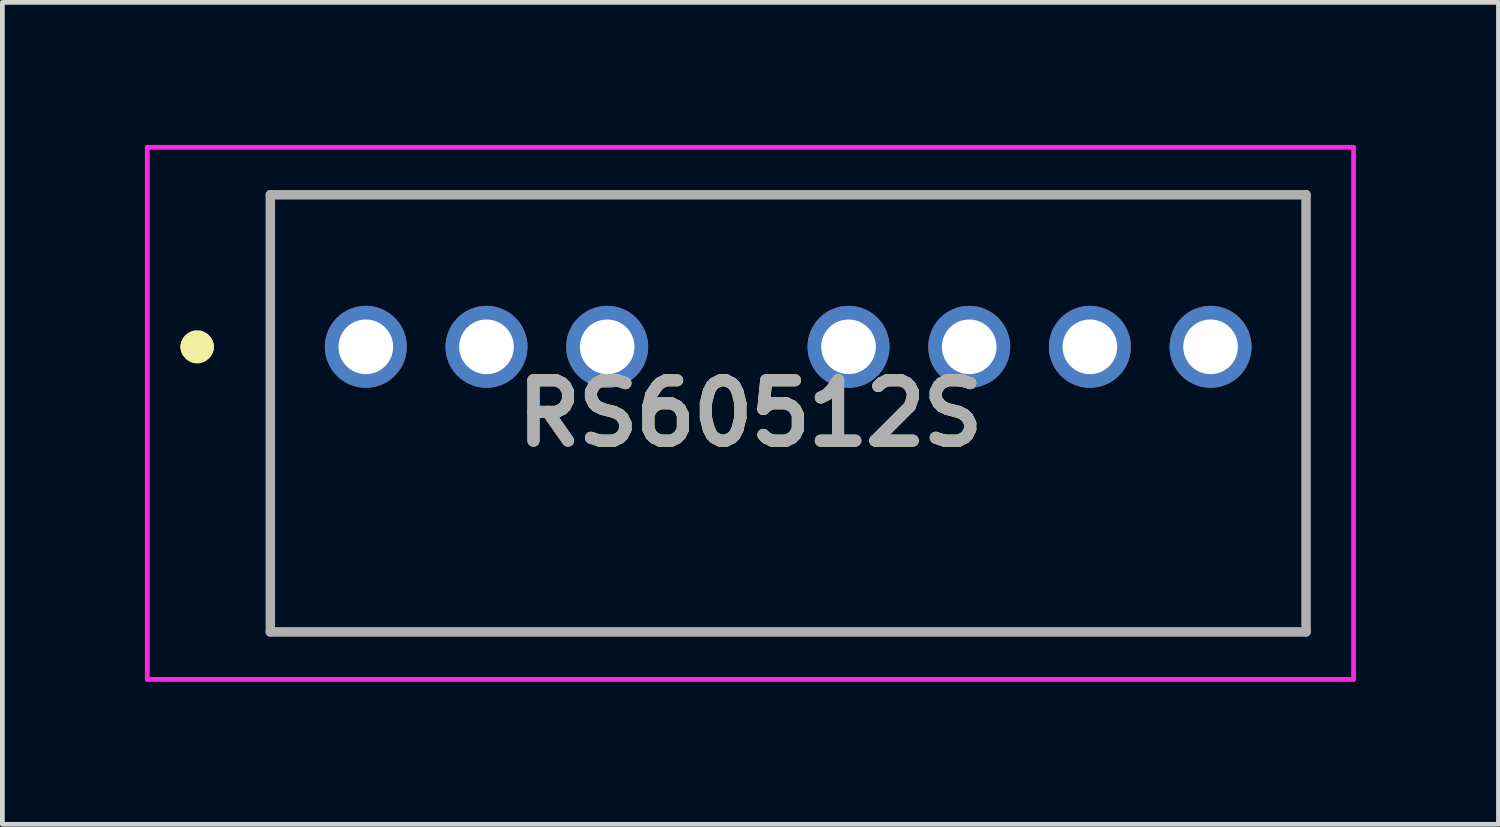
<source format=kicad_pcb>
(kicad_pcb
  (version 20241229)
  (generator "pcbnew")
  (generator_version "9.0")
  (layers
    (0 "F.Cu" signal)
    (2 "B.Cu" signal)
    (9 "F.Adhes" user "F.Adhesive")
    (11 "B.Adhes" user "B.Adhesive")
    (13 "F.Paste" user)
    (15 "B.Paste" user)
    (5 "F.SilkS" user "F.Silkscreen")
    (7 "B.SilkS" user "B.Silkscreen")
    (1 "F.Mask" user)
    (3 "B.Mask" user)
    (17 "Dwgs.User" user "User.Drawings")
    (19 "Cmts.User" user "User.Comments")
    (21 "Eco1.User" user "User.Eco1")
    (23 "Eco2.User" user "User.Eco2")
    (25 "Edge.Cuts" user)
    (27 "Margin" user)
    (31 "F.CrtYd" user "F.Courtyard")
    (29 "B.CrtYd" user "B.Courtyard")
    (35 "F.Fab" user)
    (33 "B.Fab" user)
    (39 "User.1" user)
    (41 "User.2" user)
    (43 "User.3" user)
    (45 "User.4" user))
  (footprint "RS60512S"
    (layer "F.Cu")
    (at 4.65 4.25)
    (property "Reference" "RS60512S" (at 8.095 1.4 0) (layer "F.SilkS") (effects (font (size 1.27 1.27) (thickness 0.254))))
    (attr through_hole)
    (fp_line (start -3.6 0) (end -3.6 0) (stroke (width 0.6) (type solid)) (layer "F.SilkS"))
    (fp_line (start -3.5 0) (end -3.5 0) (stroke (width 0.6) (type solid)) (layer "F.SilkS"))
    (fp_line (start -2.01 -3.2) (end 19.79 -3.2) (stroke (width 0.1) (type solid)) (layer "F.SilkS"))
    (fp_line (start -2.01 6) (end -2.01 -3.2) (stroke (width 0.1) (type solid)) (layer "F.SilkS"))
    (fp_line (start 19.79 -3.2) (end 19.79 6) (stroke (width 0.1) (type solid)) (layer "F.SilkS"))
    (fp_line (start 19.79 6) (end -2.01 6) (stroke (width 0.1) (type solid)) (layer "F.SilkS"))
    (fp_arc (start -3.6 0) (mid -3.55 -0.05) (end -3.5 0) (stroke (width 0.6) (type solid)) (layer "F.SilkS"))
    (fp_arc (start -3.5 0) (mid -3.55 0.05) (end -3.6 0) (stroke (width 0.6) (type solid)) (layer "F.SilkS"))
    (fp_line (start -4.6 -4.2) (end 20.79 -4.2) (stroke (width 0.1) (type solid)) (layer "F.CrtYd"))
    (fp_line (start -4.6 7) (end -4.6 -4.2) (stroke (width 0.1) (type solid)) (layer "F.CrtYd"))
    (fp_line (start 20.79 -4.2) (end 20.79 7) (stroke (width 0.1) (type solid)) (layer "F.CrtYd"))
    (fp_line (start 20.79 7) (end -4.6 7) (stroke (width 0.1) (type solid)) (layer "F.CrtYd"))
    (fp_line (start -2.01 -3.2) (end 19.79 -3.2) (stroke (width 0.2) (type solid)) (layer "F.Fab"))
    (fp_line (start -2.01 6) (end -2.01 -3.2) (stroke (width 0.2) (type solid)) (layer "F.Fab"))
    (fp_line (start 19.79 -3.2) (end 19.79 6) (stroke (width 0.2) (type solid)) (layer "F.Fab"))
    (fp_line (start 19.79 6) (end -2.01 6) (stroke (width 0.2) (type solid)) (layer "F.Fab"))
    (fp_text user "${REFERENCE}" (at 8.095 1.4 0) (layer "F.Fab") (effects (font (size 1.27 1.27) (thickness 0.254))))
    (pad "1" thru_hole circle (at 0 0) (size 1.725 1.725) (drill 1.15) (layers "*.Cu" "*.Mask"))
    (pad "2" thru_hole circle (at 2.54 0) (size 1.725 1.725) (drill 1.15) (layers "*.Cu" "*.Mask"))
    (pad "3" thru_hole circle (at 5.08 0) (size 1.725 1.725) (drill 1.15) (layers "*.Cu" "*.Mask"))
    (pad "5" thru_hole circle (at 10.16 0) (size 1.725 1.725) (drill 1.15) (layers "*.Cu" "*.Mask"))
    (pad "6" thru_hole circle (at 12.7 0) (size 1.725 1.725) (drill 1.15) (layers "*.Cu" "*.Mask"))
    (pad "7" thru_hole circle (at 15.24 0) (size 1.725 1.725) (drill 1.15) (layers "*.Cu" "*.Mask"))
    (pad "8" thru_hole circle (at 17.78 0) (size 1.725 1.725) (drill 1.15) (layers "*.Cu" "*.Mask")))
  (gr_rect
    (start -3 -3)
    (end 28.49 14.3)
    (stroke (width 0.1) (type default))
    (fill no)
    (layer "Edge.Cuts")))
</source>
